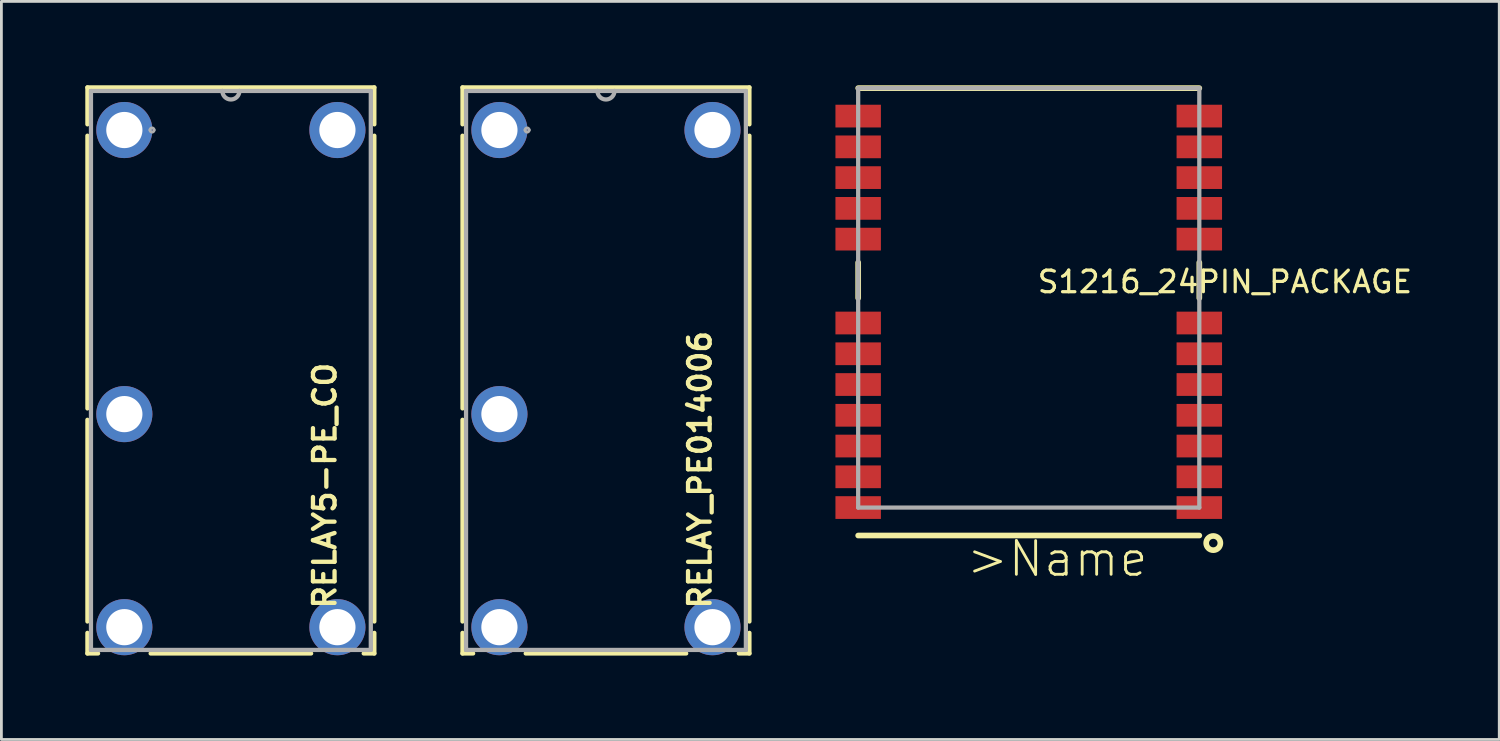
<source format=kicad_pcb>
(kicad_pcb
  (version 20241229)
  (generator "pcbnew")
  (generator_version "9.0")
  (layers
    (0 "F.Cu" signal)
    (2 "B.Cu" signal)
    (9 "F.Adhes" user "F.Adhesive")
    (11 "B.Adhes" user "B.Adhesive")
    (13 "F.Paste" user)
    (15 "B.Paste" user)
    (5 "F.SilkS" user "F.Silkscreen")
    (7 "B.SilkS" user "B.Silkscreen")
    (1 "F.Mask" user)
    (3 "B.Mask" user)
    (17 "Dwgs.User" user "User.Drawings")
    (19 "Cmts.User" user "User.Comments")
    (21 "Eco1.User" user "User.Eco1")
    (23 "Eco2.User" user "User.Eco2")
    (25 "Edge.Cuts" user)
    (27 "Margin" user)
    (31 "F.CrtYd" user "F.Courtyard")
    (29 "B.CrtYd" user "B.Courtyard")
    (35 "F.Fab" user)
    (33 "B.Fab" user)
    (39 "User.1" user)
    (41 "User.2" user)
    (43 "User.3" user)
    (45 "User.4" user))
  (footprint "RELAY_PE014006"
    (layer "F.Cu")
    (at 22.431 18.796)
    (property "Reference" "RELAY_PE014006" (at 0 0 90) (layer "F.SilkS") (effects (font (size 0.772 0.772) (thickness 0.154)) (justify left bottom)))
    (attr through_hole)
    (fp_line (start -8.941 -18.72) (end -8.941 -17.399) (stroke (width 0.152) (type solid)) (layer "F.SilkS"))
    (fp_line (start -8.941 -16.993) (end -8.941 -7.239) (stroke (width 0.152) (type solid)) (layer "F.SilkS"))
    (fp_line (start -8.941 -6.833) (end -8.941 0.381) (stroke (width 0.152) (type solid)) (layer "F.SilkS"))
    (fp_line (start -8.941 0.787) (end -8.941 1.524) (stroke (width 0.152) (type solid)) (layer "F.SilkS"))
    (fp_line (start -8.941 1.524) (end -8.56 1.524) (stroke (width 0.152) (type solid)) (layer "F.SilkS"))
    (fp_line (start -6.68 1.524) (end -0.94 1.524) (stroke (width 0.152) (type solid)) (layer "F.SilkS"))
    (fp_line (start 0.94 1.524) (end 1.321 1.524) (stroke (width 0.152) (type solid)) (layer "F.SilkS"))
    (fp_line (start 1.321 -18.72) (end -8.941 -18.72) (stroke (width 0.152) (type solid)) (layer "F.SilkS"))
    (fp_line (start 1.321 -17.399) (end 1.321 -18.72) (stroke (width 0.152) (type solid)) (layer "F.SilkS"))
    (fp_line (start 1.321 0.381) (end 1.321 -16.993) (stroke (width 0.152) (type solid)) (layer "F.SilkS"))
    (fp_line (start 1.321 1.524) (end 1.321 0.787) (stroke (width 0.152) (type solid)) (layer "F.SilkS"))
    (fp_line (start -8.814 -18.593) (end -8.814 1.397) (stroke (width 0.152) (type solid)) (layer "F.Fab"))
    (fp_line (start -8.814 1.397) (end 1.194 1.397) (stroke (width 0.152) (type solid)) (layer "F.Fab"))
    (fp_line (start -4.115 -18.593) (end -8.814 -18.593) (stroke (width 0.152) (type solid)) (layer "F.Fab"))
    (fp_line (start -3.505 -18.593) (end -4.115 -18.593) (stroke (width 0.152) (type solid)) (layer "F.Fab"))
    (fp_line (start 1.194 -18.593) (end -3.505 -18.593) (stroke (width 0.152) (type solid)) (layer "F.Fab"))
    (fp_line (start 1.194 1.397) (end 1.194 -18.593) (stroke (width 0.152) (type solid)) (layer "F.Fab"))
    (fp_arc (start -6.7056 -17.1958) (mid -6.6294 -17.272) (end -6.5532 -17.1958) (stroke (width 0.1) (type solid)) (layer "F.Fab"))
    (fp_arc (start -6.5532 -17.1958) (mid -6.6294 -17.1196) (end -6.7056 -17.1958) (stroke (width 0.1) (type solid)) (layer "F.Fab"))
    (fp_arc (start -3.5052 -18.5928) (mid -3.81 -18.288) (end -4.1148 -18.5928) (stroke (width 0.1524) (type solid)) (layer "F.Fab"))
    (pad "1" thru_hole circle (at -7.62 -17.196) (size 2.007 2.007) (drill 1.295) (layers "*.Cu" "*.Mask"))
    (pad "5" thru_hole circle (at 0 -17.196) (size 2.007 2.007) (drill 1.295) (layers "*.Cu" "*.Mask"))
    (pad "11" thru_hole circle (at -7.62 -7.036) (size 2.007 2.007) (drill 1.295) (layers "*.Cu" "*.Mask"))
    (pad "12" thru_hole circle (at 0 0.584 180) (size 2.007 2.007) (drill 1.295) (layers "*.Cu" "*.Mask"))
    (pad "14" thru_hole circle (at -7.62 0.584) (size 2.007 2.007) (drill 1.295) (layers "*.Cu" "*.Mask")))
  (footprint "RELAY5-PE_CO"
    (layer "F.Cu")
    (at 9.017 18.796)
    (property "Reference" "RELAY5-PE_CO" (at 0 0 90) (layer "F.SilkS") (effects (font (size 0.772 0.772) (thickness 0.154)) (justify left bottom)))
    (attr through_hole)
    (fp_line (start -8.941 -18.72) (end -8.941 -17.399) (stroke (width 0.152) (type solid)) (layer "F.SilkS"))
    (fp_line (start -8.941 -16.993) (end -8.941 -7.239) (stroke (width 0.152) (type solid)) (layer "F.SilkS"))
    (fp_line (start -8.941 -6.833) (end -8.941 0.381) (stroke (width 0.152) (type solid)) (layer "F.SilkS"))
    (fp_line (start -8.941 0.787) (end -8.941 1.524) (stroke (width 0.152) (type solid)) (layer "F.SilkS"))
    (fp_line (start -8.941 1.524) (end -8.56 1.524) (stroke (width 0.152) (type solid)) (layer "F.SilkS"))
    (fp_line (start -6.68 1.524) (end -0.94 1.524) (stroke (width 0.152) (type solid)) (layer "F.SilkS"))
    (fp_line (start 0.94 1.524) (end 1.321 1.524) (stroke (width 0.152) (type solid)) (layer "F.SilkS"))
    (fp_line (start 1.321 -18.72) (end -8.941 -18.72) (stroke (width 0.152) (type solid)) (layer "F.SilkS"))
    (fp_line (start 1.321 -17.399) (end 1.321 -18.72) (stroke (width 0.152) (type solid)) (layer "F.SilkS"))
    (fp_line (start 1.321 0.381) (end 1.321 -16.993) (stroke (width 0.152) (type solid)) (layer "F.SilkS"))
    (fp_line (start 1.321 1.524) (end 1.321 0.787) (stroke (width 0.152) (type solid)) (layer "F.SilkS"))
    (fp_line (start -8.814 -18.593) (end -8.814 1.397) (stroke (width 0.152) (type solid)) (layer "F.Fab"))
    (fp_line (start -8.814 1.397) (end 1.194 1.397) (stroke (width 0.152) (type solid)) (layer "F.Fab"))
    (fp_line (start -4.115 -18.593) (end -8.814 -18.593) (stroke (width 0.152) (type solid)) (layer "F.Fab"))
    (fp_line (start -3.505 -18.593) (end -4.115 -18.593) (stroke (width 0.152) (type solid)) (layer "F.Fab"))
    (fp_line (start 1.194 -18.593) (end -3.505 -18.593) (stroke (width 0.152) (type solid)) (layer "F.Fab"))
    (fp_line (start 1.194 1.397) (end 1.194 -18.593) (stroke (width 0.152) (type solid)) (layer "F.Fab"))
    (fp_arc (start -6.7056 -17.1958) (mid -6.6294 -17.272) (end -6.5532 -17.1958) (stroke (width 0.1) (type solid)) (layer "F.Fab"))
    (fp_arc (start -6.5532 -17.1958) (mid -6.6294 -17.1196) (end -6.7056 -17.1958) (stroke (width 0.1) (type solid)) (layer "F.Fab"))
    (fp_arc (start -3.5052 -18.5928) (mid -3.81 -18.288) (end -4.1148 -18.5928) (stroke (width 0.1524) (type solid)) (layer "F.Fab"))
    (pad "1" thru_hole circle (at -7.62 -17.196) (size 2.007 2.007) (drill 1.295) (layers "*.Cu" "*.Mask"))
    (pad "5" thru_hole circle (at 0 -17.196) (size 2.007 2.007) (drill 1.295) (layers "*.Cu" "*.Mask"))
    (pad "11" thru_hole circle (at -7.62 -7.036) (size 2.007 2.007) (drill 1.295) (layers "*.Cu" "*.Mask"))
    (pad "12" thru_hole circle (at 0 0.584 180) (size 2.007 2.007) (drill 1.295) (layers "*.Cu" "*.Mask"))
    (pad "14" thru_hole circle (at -7.62 0.584) (size 2.007 2.007) (drill 1.295) (layers "*.Cu" "*.Mask")))
  (footprint "S1216_24PIN_PACKAGE"
    (layer "F.Cu")
    (at 33.991 7.482)
    (property "Reference" "S1216_24PIN_PACKAGE" (at 0 0 180) (layer "F.SilkS") (effects (font (size 0.772 0.772) (thickness 0.116)) (justify left bottom)))
    (attr through_hole)
    (fp_line (start -6.35 -1.143) (end -6.35 0.127) (stroke (width 0.203) (type solid)) (layer "F.SilkS"))
    (fp_line (start -6.35 8.62) (end 5.85 8.62) (stroke (width 0.203) (type solid)) (layer "F.SilkS"))
    (fp_line (start 5.85 -7.38) (end -6.35 -7.38) (stroke (width 0.203) (type solid)) (layer "F.SilkS"))
    (fp_line (start 5.85 0.127) (end 5.85 -1.143) (stroke (width 0.203) (type solid)) (layer "F.SilkS"))
    (fp_circle (center 6.35 8.89) (end 6.604 8.89) (stroke (width 0.203) (type solid)) (fill no) (layer "F.SilkS"))
    (fp_line (start -6.35 -7.38) (end -6.35 7.62) (stroke (width 0.152) (type solid)) (layer "F.Fab"))
    (fp_line (start -6.35 7.62) (end 5.85 7.62) (stroke (width 0.152) (type solid)) (layer "F.Fab"))
    (fp_line (start 5.85 -7.38) (end -6.35 -7.38) (stroke (width 0.152) (type solid)) (layer "F.Fab"))
    (fp_line (start 5.85 7.62) (end 5.85 -7.38) (stroke (width 0.152) (type solid)) (layer "F.Fab"))
    (fp_text user ">Name" (at -2.54 10.16 0) (layer "F.SilkS") (effects (font (size 1.206 1.206) (thickness 0.102)) (justify left bottom)))
    (pad "1" smd rect (at 5.85 7.62 90) (size 0.813 1.626) (layers "F.Cu" "F.Mask" "F.Paste"))
    (pad "2" smd rect (at 5.85 6.52 90) (size 0.813 1.626) (layers "F.Cu" "F.Mask" "F.Paste"))
    (pad "3" smd rect (at 5.85 5.42 90) (size 0.813 1.626) (layers "F.Cu" "F.Mask" "F.Paste"))
    (pad "4" smd rect (at 5.85 4.32 90) (size 0.813 1.626) (layers "F.Cu" "F.Mask" "F.Paste"))
    (pad "5" smd rect (at 5.85 3.22 90) (size 0.813 1.626) (layers "F.Cu" "F.Mask" "F.Paste"))
    (pad "6" smd rect (at 5.85 2.12 90) (size 0.813 1.626) (layers "F.Cu" "F.Mask" "F.Paste"))
    (pad "7" smd rect (at 5.85 1.02 90) (size 0.813 1.626) (layers "F.Cu" "F.Mask" "F.Paste"))
    (pad "8" smd rect (at 5.85 -1.98 90) (size 0.813 1.626) (layers "F.Cu" "F.Mask" "F.Paste"))
    (pad "9" smd rect (at 5.85 -3.08 90) (size 0.813 1.626) (layers "F.Cu" "F.Mask" "F.Paste"))
    (pad "10" smd rect (at 5.85 -4.18 90) (size 0.813 1.626) (layers "F.Cu" "F.Mask" "F.Paste"))
    (pad "11" smd rect (at 5.85 -5.28 90) (size 0.813 1.626) (layers "F.Cu" "F.Mask" "F.Paste"))
    (pad "12" smd rect (at 5.85 -6.38 90) (size 0.813 1.626) (layers "F.Cu" "F.Mask" "F.Paste"))
    (pad "13" smd rect (at -6.35 -6.38 90) (size 0.813 1.626) (layers "F.Cu" "F.Mask" "F.Paste"))
    (pad "14" smd rect (at -6.35 -5.28 90) (size 0.813 1.626) (layers "F.Cu" "F.Mask" "F.Paste"))
    (pad "15" smd rect (at -6.35 -4.18 90) (size 0.813 1.626) (layers "F.Cu" "F.Mask" "F.Paste"))
    (pad "16" smd rect (at -6.35 -3.08 90) (size 0.813 1.626) (layers "F.Cu" "F.Mask" "F.Paste"))
    (pad "17" smd rect (at -6.35 -1.98 90) (size 0.813 1.626) (layers "F.Cu" "F.Mask" "F.Paste"))
    (pad "18" smd rect (at -6.35 1.02 90) (size 0.813 1.626) (layers "F.Cu" "F.Mask" "F.Paste"))
    (pad "19" smd rect (at -6.35 2.12 90) (size 0.813 1.626) (layers "F.Cu" "F.Mask" "F.Paste"))
    (pad "20" smd rect (at -6.35 3.22 90) (size 0.813 1.626) (layers "F.Cu" "F.Mask" "F.Paste"))
    (pad "21" smd rect (at -6.35 4.32 90) (size 0.813 1.626) (layers "F.Cu" "F.Mask" "F.Paste"))
    (pad "22" smd rect (at -6.35 5.42 90) (size 0.813 1.626) (layers "F.Cu" "F.Mask" "F.Paste"))
    (pad "23" smd rect (at -6.35 6.52 90) (size 0.813 1.626) (layers "F.Cu" "F.Mask" "F.Paste"))
    (pad "24" smd rect (at -6.35 7.62 90) (size 0.813 1.626) (layers "F.Cu" "F.Mask" "F.Paste")))
  (gr_rect
    (start -3 -3)
    (end 50.568 23.396)
    (stroke (width 0.1) (type default))
    (fill no)
    (layer "Edge.Cuts")))
</source>
